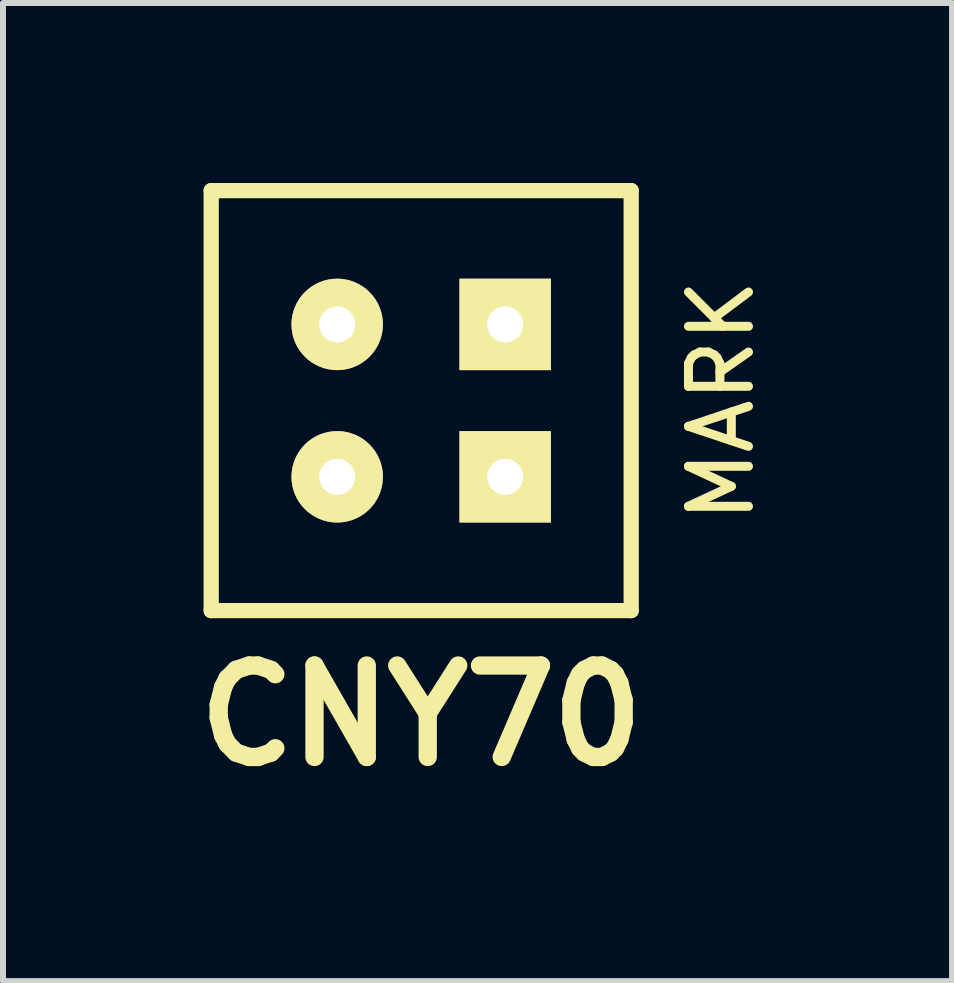
<source format=kicad_pcb>
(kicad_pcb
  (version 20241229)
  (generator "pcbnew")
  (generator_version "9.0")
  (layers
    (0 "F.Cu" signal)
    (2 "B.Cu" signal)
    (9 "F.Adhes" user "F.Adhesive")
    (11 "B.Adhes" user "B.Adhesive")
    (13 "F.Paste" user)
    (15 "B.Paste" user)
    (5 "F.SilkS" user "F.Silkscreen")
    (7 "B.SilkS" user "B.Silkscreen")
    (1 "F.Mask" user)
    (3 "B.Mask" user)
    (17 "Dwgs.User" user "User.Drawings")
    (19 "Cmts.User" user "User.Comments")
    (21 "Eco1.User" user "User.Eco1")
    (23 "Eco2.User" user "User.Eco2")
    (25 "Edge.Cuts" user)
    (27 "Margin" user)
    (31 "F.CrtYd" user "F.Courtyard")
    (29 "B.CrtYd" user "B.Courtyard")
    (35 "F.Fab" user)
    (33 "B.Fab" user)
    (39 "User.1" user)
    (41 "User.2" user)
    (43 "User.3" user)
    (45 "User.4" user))
  (footprint "CNY70"
    (layer "F.Cu")
    (at 3.97 3.627)
    (property "Reference" "CNY70" (at 0 5.25 0) (layer "F.SilkS") (effects (font (size 1.524 1.524) (thickness 0.305))))
    (attr through_hole)
    (fp_line (start -3.5 -3.5) (end -3.5 3.5) (stroke (width 0.254) (type solid)) (layer "F.SilkS"))
    (fp_line (start -3.5 -3.5) (end 3.5 -3.5) (stroke (width 0.254) (type solid)) (layer "F.SilkS"))
    (fp_line (start 3.5 -3.5) (end 3.5 3.5) (stroke (width 0.254) (type solid)) (layer "F.SilkS"))
    (fp_line (start 3.5 3.5) (end -3.5 3.5) (stroke (width 0.254) (type solid)) (layer "F.SilkS"))
    (fp_text user "MARK" (at 5 0 90) (layer "F.SilkS") (effects (font (size 1 1) (thickness 0.15))))
    (pad "1" thru_hole circle (at -1.4 -1.27) (size 1.524 1.524) (drill 0.6) (layers "*.Cu" "*.Mask" "F.SilkS"))
    (pad "2" thru_hole circle (at -1.4 1.27) (size 1.524 1.524) (drill 0.6) (layers "*.Cu" "*.Mask" "F.SilkS"))
    (pad "3" thru_hole rect (at 1.4 1.27) (size 1.524 1.524) (drill 0.6) (layers "*.Cu" "*.Mask" "F.SilkS"))
    (pad "4" thru_hole rect (at 1.4 -1.27) (size 1.524 1.524) (drill 0.6) (layers "*.Cu" "*.Mask" "F.SilkS")))
  (gr_rect
    (start -3 -3)
    (end 12.818 13.303)
    (stroke (width 0.1) (type default))
    (fill no)
    (layer "Edge.Cuts")))
</source>
